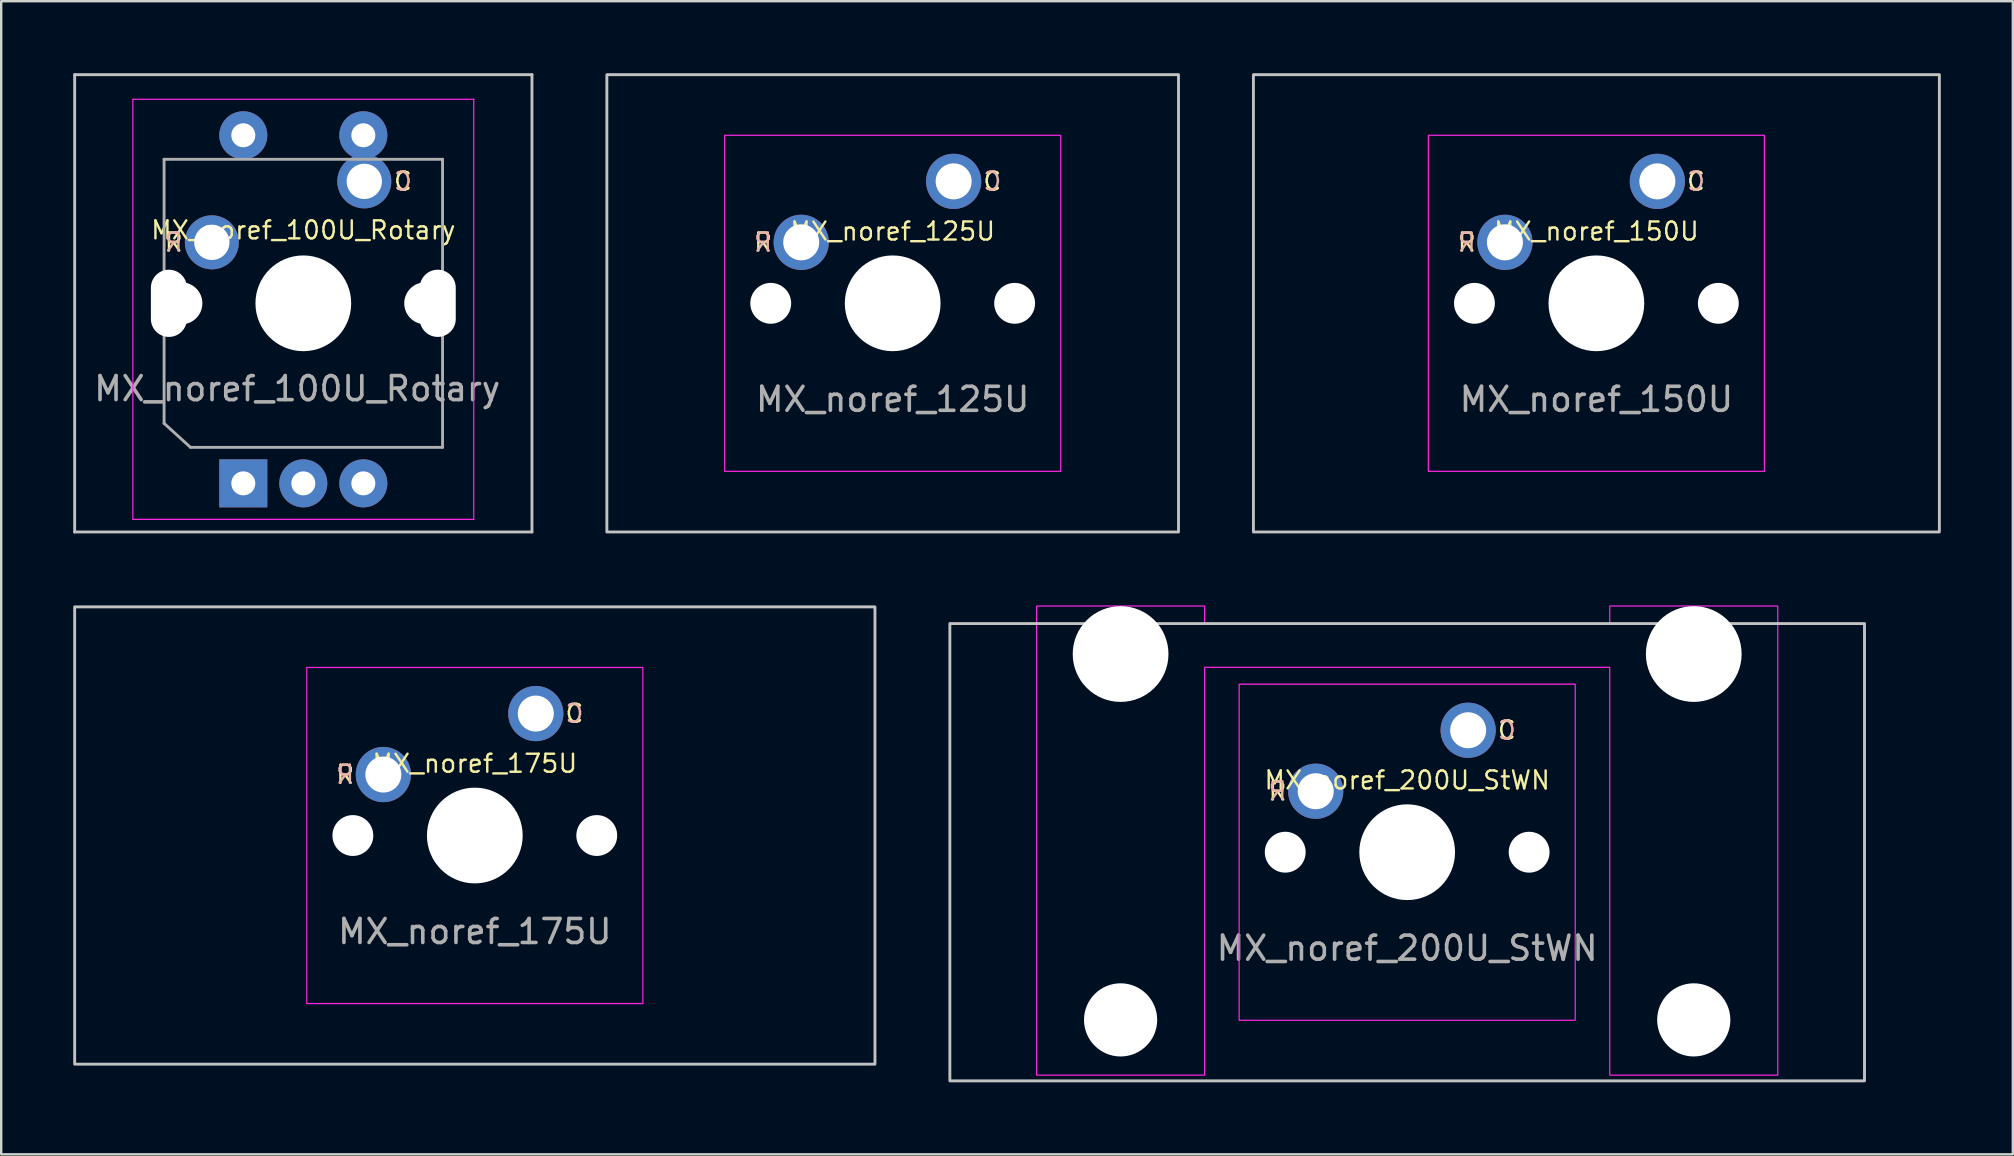
<source format=kicad_pcb>
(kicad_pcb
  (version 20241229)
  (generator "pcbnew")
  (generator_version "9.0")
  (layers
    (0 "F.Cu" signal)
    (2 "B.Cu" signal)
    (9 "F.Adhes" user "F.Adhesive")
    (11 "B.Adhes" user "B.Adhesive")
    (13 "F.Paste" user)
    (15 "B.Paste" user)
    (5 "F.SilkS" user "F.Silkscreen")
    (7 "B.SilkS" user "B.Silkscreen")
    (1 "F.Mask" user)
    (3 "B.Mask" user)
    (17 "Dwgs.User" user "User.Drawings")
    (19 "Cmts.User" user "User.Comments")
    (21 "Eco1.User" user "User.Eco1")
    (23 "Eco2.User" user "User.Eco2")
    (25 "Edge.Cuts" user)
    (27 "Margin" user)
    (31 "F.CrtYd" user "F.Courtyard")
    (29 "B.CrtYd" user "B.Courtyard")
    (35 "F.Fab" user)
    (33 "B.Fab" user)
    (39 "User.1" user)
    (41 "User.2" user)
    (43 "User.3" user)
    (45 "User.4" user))
  (footprint "MX_noref_150U"
    (layer "F.Cu")
    (at 63.45 9.585)
    (property "Reference" "MX_noref_150U" (at 0 -3 0) (unlocked yes) (layer "F.SilkS") (effects (font (size 0.75 0.75) (thickness 0.1))))
    (attr through_hole)
    (fp_rect (start -14.287 -9.525) (end 14.287 9.525) (stroke (width 0.12) (type solid)) (fill no) (layer "Dwgs.User"))
    (fp_rect (start -7 -7) (end 7 7) (stroke (width 0.05) (type solid)) (fill no) (layer "F.CrtYd"))
    (fp_text user "R" (at -5.4 -2.54 0) (unlocked yes) (layer "F.SilkS") (effects (font (size 0.75 0.75) (thickness 0.1))))
    (fp_text user "C" (at 4.15 -5.08 0) (unlocked yes) (layer "F.SilkS") (effects (font (size 0.75 0.75) (thickness 0.1))))
    (fp_text user "R" (at -5.4 -2.54 0) (unlocked yes) (layer "B.SilkS") (effects (font (size 0.75 0.75) (thickness 0.1)) (justify mirror)))
    (fp_text user "C" (at 4.15 -5.08 0) (unlocked yes) (layer "B.SilkS") (effects (font (size 0.75 0.75) (thickness 0.1)) (justify mirror)))
    (fp_text user "${REFERENCE}" (at 0 4 0) (unlocked yes) (layer "F.Fab") (effects (font (size 1 1) (thickness 0.15))))
    (pad "" np_thru_hole circle (at -5.08 0) (size 1.702 1.702) (drill 1.702) (layers "*.Cu" "*.Mask"))
    (pad "" np_thru_hole circle (at 0 0) (size 3.988 3.988) (drill 3.988) (layers "*.Cu" "*.Mask"))
    (pad "" np_thru_hole circle (at 5.08 0) (size 1.702 1.702) (drill 1.702) (layers "*.Cu" "*.Mask"))
    (pad "1" thru_hole circle (at 2.54 -5.08) (size 2.3 2.3) (drill 1.5) (layers "*.Cu" "*.Mask"))
    (pad "2" thru_hole circle (at -3.81 -2.54) (size 2.3 2.3) (drill 1.5) (layers "*.Cu" "*.Mask")))
  (footprint "MX_noref_175U"
    (layer "F.Cu")
    (at 16.729 31.755)
    (property "Reference" "MX_noref_175U" (at 0 -3 0) (unlocked yes) (layer "F.SilkS") (effects (font (size 0.75 0.75) (thickness 0.1))))
    (attr through_hole)
    (fp_rect (start -16.669 -9.525) (end 16.669 9.525) (stroke (width 0.12) (type solid)) (fill no) (layer "Dwgs.User"))
    (fp_rect (start -7 -7) (end 7 7) (stroke (width 0.05) (type solid)) (fill no) (layer "F.CrtYd"))
    (fp_text user "C" (at 4.15 -5.08 0) (unlocked yes) (layer "F.SilkS") (effects (font (size 0.75 0.75) (thickness 0.1))))
    (fp_text user "R" (at -5.4 -2.54 0) (unlocked yes) (layer "F.SilkS") (effects (font (size 0.75 0.75) (thickness 0.1))))
    (fp_text user "C" (at 4.15 -5.08 0) (unlocked yes) (layer "B.SilkS") (effects (font (size 0.75 0.75) (thickness 0.1)) (justify mirror)))
    (fp_text user "R" (at -5.4 -2.54 0) (unlocked yes) (layer "B.SilkS") (effects (font (size 0.75 0.75) (thickness 0.1)) (justify mirror)))
    (fp_text user "${REFERENCE}" (at 0 4 0) (unlocked yes) (layer "F.Fab") (effects (font (size 1 1) (thickness 0.15))))
    (pad "" np_thru_hole circle (at -5.08 0) (size 1.702 1.702) (drill 1.702) (layers "*.Cu" "*.Mask"))
    (pad "" np_thru_hole circle (at 0 0) (size 3.988 3.988) (drill 3.988) (layers "*.Cu" "*.Mask"))
    (pad "" np_thru_hole circle (at 5.08 0) (size 1.702 1.702) (drill 1.702) (layers "*.Cu" "*.Mask"))
    (pad "1" thru_hole circle (at 2.54 -5.08) (size 2.3 2.3) (drill 1.5) (layers "*.Cu" "*.Mask"))
    (pad "2" thru_hole circle (at -3.81 -2.54) (size 2.3 2.3) (drill 1.5) (layers "*.Cu" "*.Mask")))
  (footprint "MX_noref_100U_Rotary"
    (layer "F.Cu")
    (at 9.585 9.585)
    (property "Reference" "MX_noref_100U_Rotary" (at 0 -3.048 0) (unlocked yes) (layer "F.SilkS") (effects (font (size 0.75 0.75) (thickness 0.1))))
    (attr through_hole)
    (fp_line (start -9.525 -9.525) (end -9.525 9.525) (stroke (width 0.12) (type solid)) (layer "Dwgs.User"))
    (fp_line (start -9.525 9.525) (end 9.525 9.525) (stroke (width 0.12) (type solid)) (layer "Dwgs.User"))
    (fp_line (start 9.525 -9.525) (end -9.525 -9.525) (stroke (width 0.12) (type solid)) (layer "Dwgs.User"))
    (fp_line (start 9.525 9.525) (end 9.525 -9.525) (stroke (width 0.12) (type solid)) (layer "Dwgs.User"))
    (fp_line (start -7.1 9) (end -7.1 -8.5) (stroke (width 0.05) (type solid)) (layer "F.CrtYd"))
    (fp_line (start -7.1 9) (end 7.1 9) (stroke (width 0.05) (type solid)) (layer "F.CrtYd"))
    (fp_line (start 7.1 -8.5) (end -7.1 -8.5) (stroke (width 0.05) (type solid)) (layer "F.CrtYd"))
    (fp_line (start 7.1 -8.5) (end 7.1 9) (stroke (width 0.05) (type solid)) (layer "F.CrtYd"))
    (fp_line (start -5.8 -6) (end 5.8 -6) (stroke (width 0.12) (type solid)) (layer "F.Fab"))
    (fp_line (start -5.8 5) (end -5.8 -6) (stroke (width 0.12) (type solid)) (layer "F.Fab"))
    (fp_line (start -4.7 6) (end -5.8 5) (stroke (width 0.12) (type solid)) (layer "F.Fab"))
    (fp_line (start 5.8 -6) (end 5.8 6) (stroke (width 0.12) (type solid)) (layer "F.Fab"))
    (fp_line (start 5.8 6) (end -4.7 6) (stroke (width 0.12) (type solid)) (layer "F.Fab"))
    (fp_text user "R" (at -5.4 -2.54 0) (unlocked yes) (layer "F.SilkS") (effects (font (size 0.75 0.75) (thickness 0.1))))
    (fp_text user "C" (at 4.15 -5.08 0) (unlocked yes) (layer "F.SilkS") (effects (font (size 0.75 0.75) (thickness 0.1))))
    (fp_text user "C" (at 4.15 -5.08 0) (unlocked yes) (layer "B.SilkS") (effects (font (size 0.75 0.75) (thickness 0.1)) (justify mirror)))
    (fp_text user "R" (at -5.4 -2.54 0) (unlocked yes) (layer "B.SilkS") (effects (font (size 0.75 0.75) (thickness 0.1)) (justify mirror)))
    (fp_text user "${REFERENCE}" (at -0.254 3.556 0) (unlocked yes) (layer "F.Fab") (effects (font (size 1 1) (thickness 0.15))))
    (pad "" np_thru_hole oval (at -5.6 0 90) (size 2.8 1.5) (drill oval 2.8 1.5) (layers "*.Cu" "*.Mask"))
    (pad "" np_thru_hole circle (at -5.08 0) (size 1.75 1.75) (drill 1.75) (layers "*.Cu" "*.Mask"))
    (pad "" np_thru_hole circle (at 0 0) (size 3.988 3.988) (drill 3.988) (layers "*.Cu" "*.Mask"))
    (pad "" np_thru_hole circle (at 5.08 0) (size 1.75 1.75) (drill 1.75) (layers "*.Cu" "*.Mask"))
    (pad "" np_thru_hole oval (at 5.6 0 90) (size 2.8 1.5) (drill oval 2.8 1.5) (layers "*.Cu" "*.Mask"))
    (pad "A" thru_hole rect (at -2.5 7.5 90) (size 2 2) (drill 1) (layers "*.Cu" "*.Mask"))
    (pad "B" thru_hole circle (at 2.5 7.5 90) (size 2 2) (drill 1) (layers "*.Cu" "*.Mask"))
    (pad "C" thru_hole circle (at 0 7.5 90) (size 2 2) (drill 1) (layers "*.Cu" "*.Mask"))
    (pad "S1" thru_hole circle (at -3.81 -2.54) (size 2.25 2.25) (drill 1.47) (layers "*.Cu" "*.Mask"))
    (pad "S1" thru_hole circle (at -2.5 -7 90) (size 2 2) (drill 1) (layers "*.Cu" "*.Mask"))
    (pad "S2" thru_hole circle (at 2.5 -7 90) (size 2 2) (drill 1) (layers "*.Cu" "*.Mask"))
    (pad "S2" thru_hole circle (at 2.54 -5.08) (size 2.25 2.25) (drill 1.47) (layers "*.Cu" "*.Mask")))
  (footprint "MX_noref_125U"
    (layer "F.Cu")
    (at 34.136 9.585)
    (property "Reference" "MX_noref_125U" (at 0 -3 0) (unlocked yes) (layer "F.SilkS") (effects (font (size 0.75 0.75) (thickness 0.1))))
    (attr through_hole)
    (fp_rect (start -11.906 -9.525) (end 11.906 9.525) (stroke (width 0.12) (type solid)) (fill no) (layer "Dwgs.User"))
    (fp_rect (start -7 -7) (end 7 7) (stroke (width 0.05) (type solid)) (fill no) (layer "F.CrtYd"))
    (fp_text user "C" (at 4.15 -5.08 0) (unlocked yes) (layer "F.SilkS") (effects (font (size 0.75 0.75) (thickness 0.1))))
    (fp_text user "R" (at -5.4 -2.54 0) (unlocked yes) (layer "F.SilkS") (effects (font (size 0.75 0.75) (thickness 0.1))))
    (fp_text user "C" (at 4.15 -5.08 0) (unlocked yes) (layer "B.SilkS") (effects (font (size 0.75 0.75) (thickness 0.1)) (justify mirror)))
    (fp_text user "R" (at -5.4 -2.54 0) (unlocked yes) (layer "B.SilkS") (effects (font (size 0.75 0.75) (thickness 0.1)) (justify mirror)))
    (fp_text user "${REFERENCE}" (at 0 4 0) (unlocked yes) (layer "F.Fab") (effects (font (size 1 1) (thickness 0.15))))
    (pad "" np_thru_hole circle (at -5.08 0) (size 1.702 1.702) (drill 1.702) (layers "*.Cu" "*.Mask"))
    (pad "" np_thru_hole circle (at 0 0) (size 3.988 3.988) (drill 3.988) (layers "*.Cu" "*.Mask"))
    (pad "" np_thru_hole circle (at 5.08 0) (size 1.702 1.702) (drill 1.702) (layers "*.Cu" "*.Mask"))
    (pad "1" thru_hole circle (at 2.54 -5.08) (size 2.3 2.3) (drill 1.5) (layers "*.Cu" "*.Mask"))
    (pad "2" thru_hole circle (at -3.81 -2.54) (size 2.3 2.3) (drill 1.5) (layers "*.Cu" "*.Mask")))
  (footprint "MX_noref_200U_StWN"
    (layer "F.Cu")
    (at 55.568 32.45)
    (property "Reference" "MX_noref_200U_StWN" (at 0 -3 0) (unlocked yes) (layer "F.SilkS") (effects (font (size 0.75 0.75) (thickness 0.1))))
    (attr through_hole)
    (fp_rect (start -19.05 -9.525) (end 19.05 9.525) (stroke (width 0.12) (type solid)) (fill no) (layer "Dwgs.User"))
    (fp_rect (start -7 -7) (end 7 7) (stroke (width 0.05) (type solid)) (fill no) (layer "F.CrtYd"))
    (fp_poly (pts (xy 8.438 -7.7) (xy -8.438 -7.7) (xy -8.438 9.285) (xy -15.438 9.285) (xy -15.438 -10.255) (xy -8.438 -10.255) (xy -8.438 -9.5) (xy 8.438 -9.5) (xy 8.438 -10.255) (xy 15.438 -10.255) (xy 15.438 9.285) (xy 8.438 9.285)) (stroke (width 0.05) (type solid)) (fill no) (layer "F.CrtYd"))
    (fp_text user "C" (at 4.15 -5.08 0) (unlocked yes) (layer "F.SilkS") (effects (font (size 0.75 0.75) (thickness 0.1))))
    (fp_text user "R" (at -5.4 -2.54 0) (unlocked yes) (layer "F.SilkS") (effects (font (size 0.75 0.75) (thickness 0.1))))
    (fp_text user "C" (at 4.15 -5.08 0) (unlocked yes) (layer "B.SilkS") (effects (font (size 0.75 0.75) (thickness 0.1)) (justify mirror)))
    (fp_text user "R" (at -5.4 -2.54 0) (unlocked yes) (layer "B.SilkS") (effects (font (size 0.75 0.75) (thickness 0.1)) (justify mirror)))
    (fp_text user "${REFERENCE}" (at 0 4 0) (unlocked yes) (layer "F.Fab") (effects (font (size 1 1) (thickness 0.15))))
    (pad "" np_thru_hole circle (at -11.938 -8.255 180) (size 3.988 3.988) (drill 3.988) (layers "*.Cu" "*.Mask"))
    (pad "" np_thru_hole circle (at -11.938 6.985 180) (size 3.048 3.048) (drill 3.048) (layers "*.Cu" "*.Mask"))
    (pad "" np_thru_hole circle (at -5.08 0) (size 1.702 1.702) (drill 1.702) (layers "*.Cu" "*.Mask"))
    (pad "" np_thru_hole circle (at 0 0) (size 3.988 3.988) (drill 3.988) (layers "*.Cu" "*.Mask"))
    (pad "" np_thru_hole circle (at 5.08 0) (size 1.702 1.702) (drill 1.702) (layers "*.Cu" "*.Mask"))
    (pad "" np_thru_hole circle (at 11.938 -8.255 180) (size 3.988 3.988) (drill 3.988) (layers "*.Cu" "*.Mask"))
    (pad "" np_thru_hole circle (at 11.938 6.985 180) (size 3.048 3.048) (drill 3.048) (layers "*.Cu" "*.Mask"))
    (pad "1" thru_hole circle (at 2.54 -5.08) (size 2.3 2.3) (drill 1.5) (layers "*.Cu" "*.Mask"))
    (pad "2" thru_hole circle (at -3.81 -2.54) (size 2.3 2.3) (drill 1.5) (layers "*.Cu" "*.Mask")))
  (gr_rect
    (start -3 -3)
    (end 80.797 45.035)
    (stroke (width 0.1) (type default))
    (fill no)
    (layer "Edge.Cuts")))
</source>
